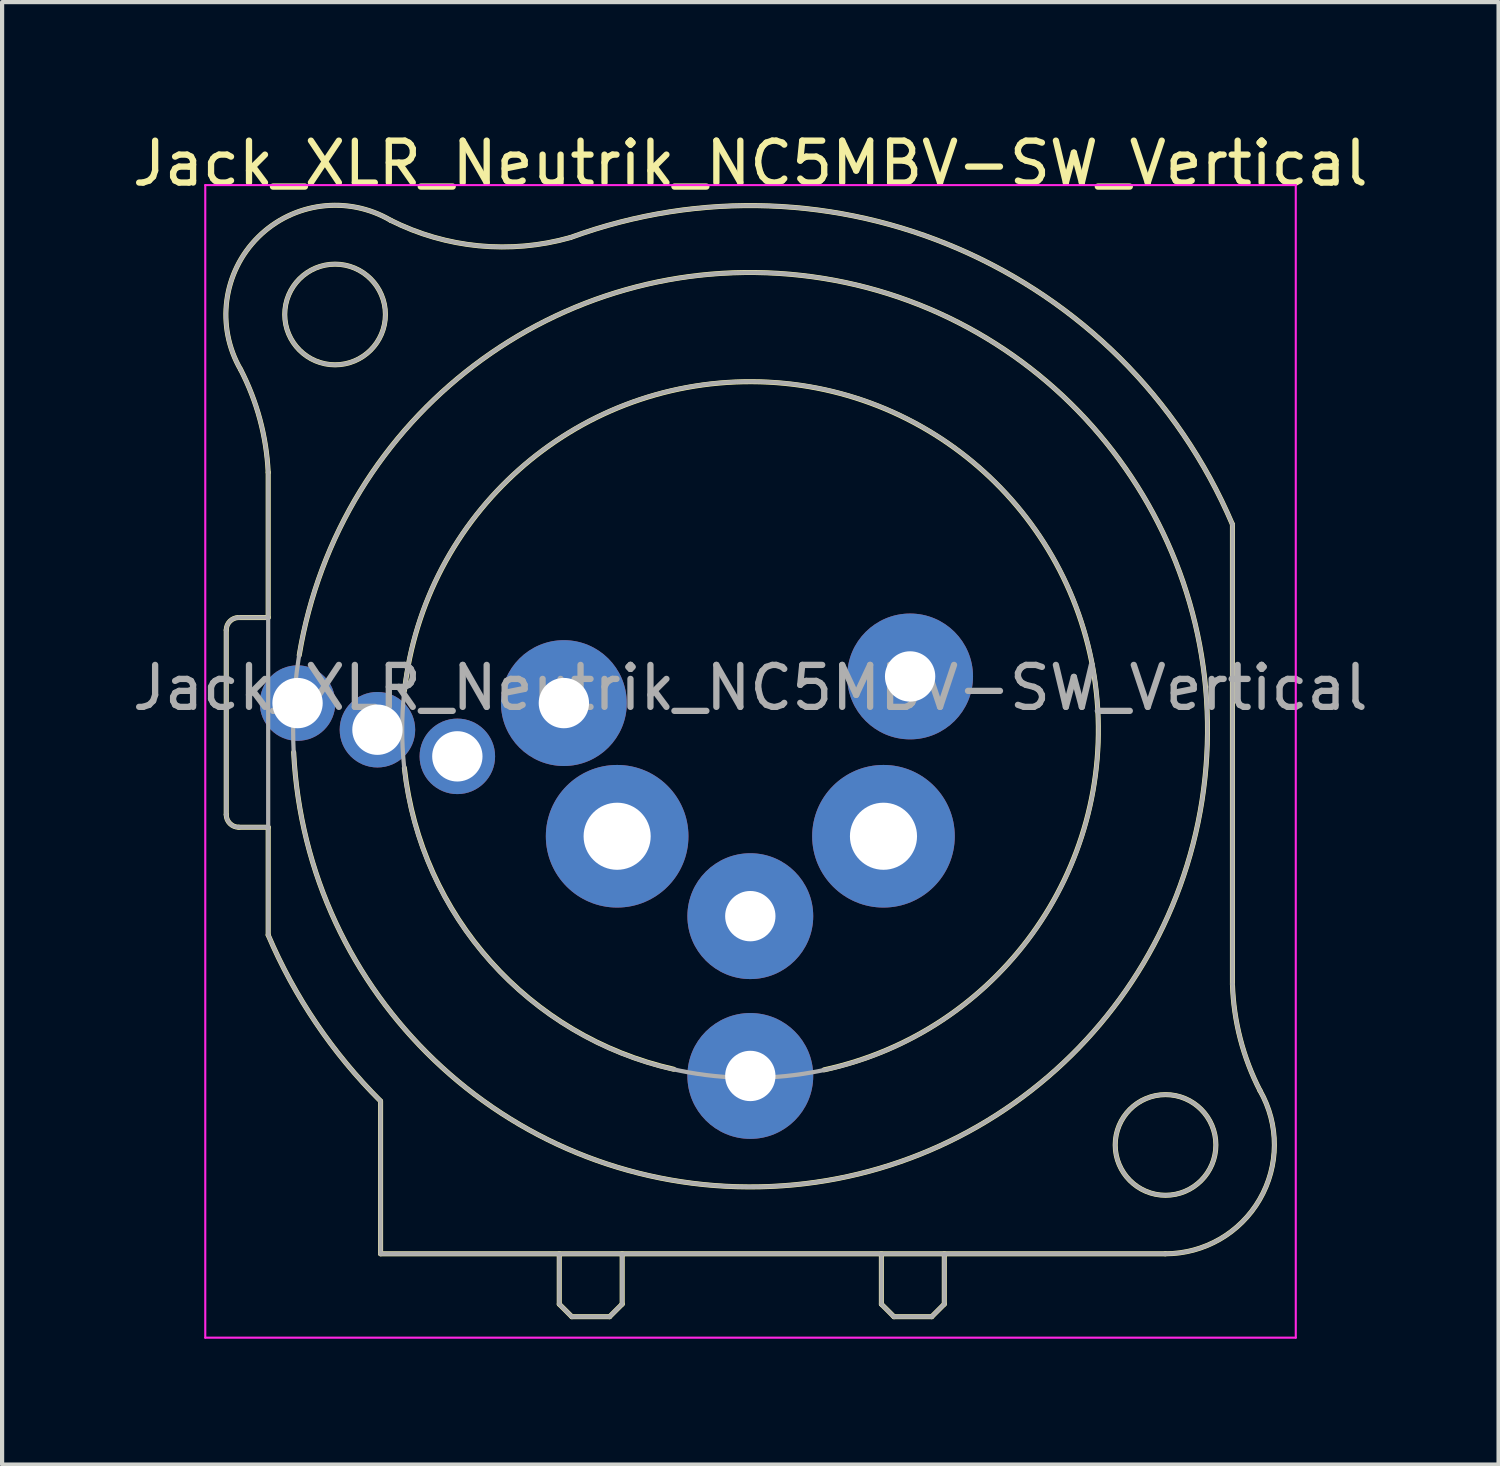
<source format=kicad_pcb>
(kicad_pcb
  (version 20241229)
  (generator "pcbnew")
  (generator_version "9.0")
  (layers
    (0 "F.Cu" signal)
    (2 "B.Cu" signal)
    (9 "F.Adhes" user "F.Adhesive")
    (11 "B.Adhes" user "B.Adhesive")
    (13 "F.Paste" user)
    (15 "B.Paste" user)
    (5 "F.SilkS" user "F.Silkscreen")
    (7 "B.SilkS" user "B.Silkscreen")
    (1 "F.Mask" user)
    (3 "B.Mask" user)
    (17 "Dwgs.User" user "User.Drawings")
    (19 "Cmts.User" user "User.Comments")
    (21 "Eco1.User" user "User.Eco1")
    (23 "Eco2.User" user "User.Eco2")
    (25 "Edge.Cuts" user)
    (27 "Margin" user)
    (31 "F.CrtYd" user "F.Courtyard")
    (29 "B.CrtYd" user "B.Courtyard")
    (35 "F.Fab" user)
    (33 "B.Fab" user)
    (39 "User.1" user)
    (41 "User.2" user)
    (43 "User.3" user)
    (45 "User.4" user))
  (footprint "Jack_XLR_Neutrik_NC5MBV-SW_Vertical"
    (layer "F.Cu")
    (at 10.394 13.713)
    (property "Reference" "Jack_XLR_Neutrik_NC5MBV-SW_Vertical" (at 4.445 -12.865 0) (layer "F.SilkS") (effects (font (size 1 1) (thickness 0.15))))
    (attr through_hole)
    (fp_line (start -8.05 -1.74) (end -8.05 2.66) (stroke (width 0.12) (type solid)) (layer "F.SilkS"))
    (fp_line (start -7.75 2.96) (end -7.05 2.96) (stroke (width 0.12) (type solid)) (layer "F.SilkS"))
    (fp_line (start -7.05 -5.5) (end -7.05 -2.04) (stroke (width 0.12) (type solid)) (layer "F.SilkS"))
    (fp_line (start -7.05 -2.04) (end -7.75 -2.04) (stroke (width 0.12) (type solid)) (layer "F.SilkS"))
    (fp_line (start -7.05 2.96) (end -7.05 5.53) (stroke (width 0.12) (type solid)) (layer "F.SilkS"))
    (fp_line (start -4.37 13.13) (end -4.37 9.49) (stroke (width 0.12) (type solid)) (layer "F.SilkS"))
    (fp_line (start -0.11 13.13) (end -0.11 14.33) (stroke (width 0.12) (type solid)) (layer "F.SilkS"))
    (fp_line (start -0.11 14.33) (end 0.19 14.63) (stroke (width 0.12) (type solid)) (layer "F.SilkS"))
    (fp_line (start 0.19 14.63) (end 1.09 14.63) (stroke (width 0.12) (type solid)) (layer "F.SilkS"))
    (fp_line (start 1.39 13.13) (end 1.39 14.33) (stroke (width 0.12) (type solid)) (layer "F.SilkS"))
    (fp_line (start 1.39 14.33) (end 1.09 14.63) (stroke (width 0.12) (type solid)) (layer "F.SilkS"))
    (fp_line (start 7.57 13.13) (end 7.57 14.33) (stroke (width 0.12) (type solid)) (layer "F.SilkS"))
    (fp_line (start 7.57 14.33) (end 7.87 14.63) (stroke (width 0.12) (type solid)) (layer "F.SilkS"))
    (fp_line (start 8.77 14.63) (end 7.87 14.63) (stroke (width 0.12) (type solid)) (layer "F.SilkS"))
    (fp_line (start 9.07 13.13) (end 9.07 14.33) (stroke (width 0.12) (type solid)) (layer "F.SilkS"))
    (fp_line (start 9.07 14.33) (end 8.77 14.63) (stroke (width 0.12) (type solid)) (layer "F.SilkS"))
    (fp_line (start 14.34 13.13) (end -4.37 13.13) (stroke (width 0.12) (type solid)) (layer "F.SilkS"))
    (fp_line (start 15.94 6.7) (end 15.94 -4.26) (stroke (width 0.12) (type solid)) (layer "F.SilkS"))
    (fp_arc (start -8.05 -1.74) (mid -7.962132 -1.952132) (end -7.75 -2.04) (stroke (width 0.12) (type solid)) (layer "F.SilkS"))
    (fp_arc (start -7.75 2.96) (mid -7.962132 2.872132) (end -8.05 2.66) (stroke (width 0.12) (type solid)) (layer "F.SilkS"))
    (fp_arc (start -7.706823 -7.951699) (mid -7.289779 -11.109355) (end -4.13 -11.51) (stroke (width 0.12) (type solid)) (layer "F.SilkS"))
    (fp_arc (start -7.706604 -7.951457) (mid -7.246227 -6.761104) (end -7.05 -5.5) (stroke (width 0.12) (type solid)) (layer "F.SilkS"))
    (fp_arc (start -6.31 -1.14) (mid 15.327723 1.25708) (end -6.442209 1.172885) (stroke (width 0.12) (type solid)) (layer "F.SilkS"))
    (fp_arc (start -4.379279 9.479668) (mid -5.904794 7.633415) (end -7.05 5.53) (stroke (width 0.12) (type solid)) (layer "F.SilkS"))
    (fp_arc (start -3.8 -0.3) (mid 10.010227 -5.519876) (end 6.202812 8.744522) (stroke (width 0.12) (type solid)) (layer "F.SilkS"))
    (fp_arc (start 0.152098 -11.098604) (mid -2.027539 -10.902648) (end -4.13 -11.51) (stroke (width 0.12) (type solid)) (layer "F.SilkS"))
    (fp_arc (start 0.15831 -11.100431) (mid 9.413683 -10.828344) (end 15.94 -4.26) (stroke (width 0.12) (type solid)) (layer "F.SilkS"))
    (fp_arc (start 2.62 8.73) (mid -1.741551 6.165482) (end -3.803135 1.544903) (stroke (width 0.12) (type solid)) (layer "F.SilkS"))
    (fp_arc (start 16.598442 9.241807) (mid 16.588255 11.83589) (end 14.34 13.13) (stroke (width 0.12) (type solid)) (layer "F.SilkS"))
    (fp_arc (start 16.598586 9.242376) (mid 16.12783 8.007833) (end 15.94 6.7) (stroke (width 0.12) (type solid)) (layer "F.SilkS"))
    (fp_circle (center -5.455 -9.265) (end -4.255 -9.265) (stroke (width 0.12) (type solid)) (fill no) (layer "F.SilkS"))
    (fp_circle (center 14.345 10.535) (end 15.545 10.535) (stroke (width 0.12) (type solid)) (fill no) (layer "F.SilkS"))
    (fp_line (start -8.55 -12.35) (end 17.45 -12.35) (stroke (width 0.05) (type solid)) (layer "F.CrtYd"))
    (fp_line (start -8.55 15.13) (end -8.55 -12.35) (stroke (width 0.05) (type solid)) (layer "F.CrtYd"))
    (fp_line (start 17.45 -12.35) (end 17.45 15.13) (stroke (width 0.05) (type solid)) (layer "F.CrtYd"))
    (fp_line (start 17.45 15.13) (end -8.55 15.13) (stroke (width 0.05) (type solid)) (layer "F.CrtYd"))
    (fp_line (start -8.05 -1.74) (end -8.05 2.66) (stroke (width 0.1) (type solid)) (layer "F.Fab"))
    (fp_line (start -7.75 2.96) (end -7.05 2.96) (stroke (width 0.1) (type solid)) (layer "F.Fab"))
    (fp_line (start -7.05 -5.5) (end -7.05 5.53) (stroke (width 0.1) (type solid)) (layer "F.Fab"))
    (fp_line (start -7.05 -2.04) (end -7.75 -2.04) (stroke (width 0.1) (type solid)) (layer "F.Fab"))
    (fp_line (start -4.37 13.13) (end -4.37 9.49) (stroke (width 0.1) (type solid)) (layer "F.Fab"))
    (fp_line (start -0.11 13.13) (end -0.11 14.33) (stroke (width 0.1) (type solid)) (layer "F.Fab"))
    (fp_line (start -0.11 14.33) (end 0.19 14.63) (stroke (width 0.1) (type solid)) (layer "F.Fab"))
    (fp_line (start 0.19 14.63) (end 1.09 14.63) (stroke (width 0.1) (type solid)) (layer "F.Fab"))
    (fp_line (start 1.39 13.13) (end 1.39 14.33) (stroke (width 0.1) (type solid)) (layer "F.Fab"))
    (fp_line (start 1.39 14.33) (end 1.09 14.63) (stroke (width 0.1) (type solid)) (layer "F.Fab"))
    (fp_line (start 7.57 13.13) (end 7.57 14.33) (stroke (width 0.1) (type solid)) (layer "F.Fab"))
    (fp_line (start 7.57 14.33) (end 7.87 14.63) (stroke (width 0.1) (type solid)) (layer "F.Fab"))
    (fp_line (start 8.77 14.63) (end 7.87 14.63) (stroke (width 0.1) (type solid)) (layer "F.Fab"))
    (fp_line (start 9.07 13.13) (end 9.07 14.33) (stroke (width 0.1) (type solid)) (layer "F.Fab"))
    (fp_line (start 9.07 14.33) (end 8.77 14.63) (stroke (width 0.1) (type solid)) (layer "F.Fab"))
    (fp_line (start 14.34 13.13) (end -4.37 13.13) (stroke (width 0.1) (type solid)) (layer "F.Fab"))
    (fp_line (start 15.94 6.7) (end 15.94 -4.26) (stroke (width 0.1) (type solid)) (layer "F.Fab"))
    (fp_arc (start -8.05 -1.74) (mid -7.962132 -1.952132) (end -7.75 -2.04) (stroke (width 0.1) (type solid)) (layer "F.Fab"))
    (fp_arc (start -7.75 2.96) (mid -7.962132 2.872132) (end -8.05 2.66) (stroke (width 0.1) (type solid)) (layer "F.Fab"))
    (fp_arc (start -7.706823 -7.951699) (mid -7.289779 -11.109355) (end -4.13 -11.51) (stroke (width 0.1) (type solid)) (layer "F.Fab"))
    (fp_arc (start -7.706604 -7.951457) (mid -7.246227 -6.761104) (end -7.05 -5.5) (stroke (width 0.1) (type solid)) (layer "F.Fab"))
    (fp_arc (start -4.379279 9.479668) (mid -5.904794 7.633415) (end -7.05 5.53) (stroke (width 0.1) (type solid)) (layer "F.Fab"))
    (fp_arc (start 0.152098 -11.098604) (mid -2.027539 -10.902648) (end -4.13 -11.51) (stroke (width 0.1) (type solid)) (layer "F.Fab"))
    (fp_arc (start 0.15831 -11.100431) (mid 9.413683 -10.828344) (end 15.94 -4.26) (stroke (width 0.1) (type solid)) (layer "F.Fab"))
    (fp_arc (start 16.598442 9.241807) (mid 16.588255 11.83589) (end 14.34 13.13) (stroke (width 0.1) (type solid)) (layer "F.Fab"))
    (fp_arc (start 16.598586 9.242376) (mid 16.12783 8.007833) (end 15.94 6.7) (stroke (width 0.1) (type solid)) (layer "F.Fab"))
    (fp_circle (center -5.455 -9.265) (end -4.255 -9.265) (stroke (width 0.1) (type solid)) (fill no) (layer "F.Fab"))
    (fp_circle (center 4.445 0.635) (end 12.745 0.635) (stroke (width 0.1) (type solid)) (fill no) (layer "F.Fab"))
    (fp_circle (center 4.445 0.635) (end 15.345 0.635) (stroke (width 0.1) (type solid)) (fill no) (layer "F.Fab"))
    (fp_circle (center 14.345 10.535) (end 15.545 10.535) (stroke (width 0.1) (type solid)) (fill no) (layer "F.Fab"))
    (fp_text user "${REFERENCE}" (at 4.445 -0.365 0) (layer "F.Fab") (effects (font (size 1 1) (thickness 0.15))))
    (pad "1" thru_hole circle (at 0 0) (size 3 3) (drill 1.2) (layers "*.Cu" "*.Mask"))
    (pad "2" thru_hole circle (at 1.27 3.175) (size 3.4 3.4) (drill 1.6) (layers "*.Cu" "*.Mask"))
    (pad "3" thru_hole circle (at 4.445 5.08) (size 3 3) (drill 1.2) (layers "*.Cu" "*.Mask"))
    (pad "4" thru_hole circle (at 7.62 3.175) (size 3.4 3.4) (drill 1.6) (layers "*.Cu" "*.Mask"))
    (pad "5" thru_hole circle (at 8.255 -0.635) (size 3 3) (drill 1.2) (layers "*.Cu" "*.Mask"))
    (pad "G" thru_hole circle (at 4.445 8.89) (size 3 3) (drill 1.2) (layers "*.Cu" "*.Mask"))
    (pad "N" thru_hole circle (at -4.445 0.635) (size 1.8 1.8) (drill 1.2) (layers "*.Cu" "*.Mask"))
    (pad "NC" thru_hole circle (at -2.54 1.27) (size 1.8 1.8) (drill 1.2) (layers "*.Cu" "*.Mask"))
    (pad "NO" thru_hole circle (at -6.35 0) (size 1.8 1.8) (drill 1.2) (layers "*.Cu" "*.Mask")))
  (gr_rect
    (start -3 -3)
    (end 32.679 31.868)
    (stroke (width 0.1) (type default))
    (fill no)
    (layer "Edge.Cuts")))
</source>
